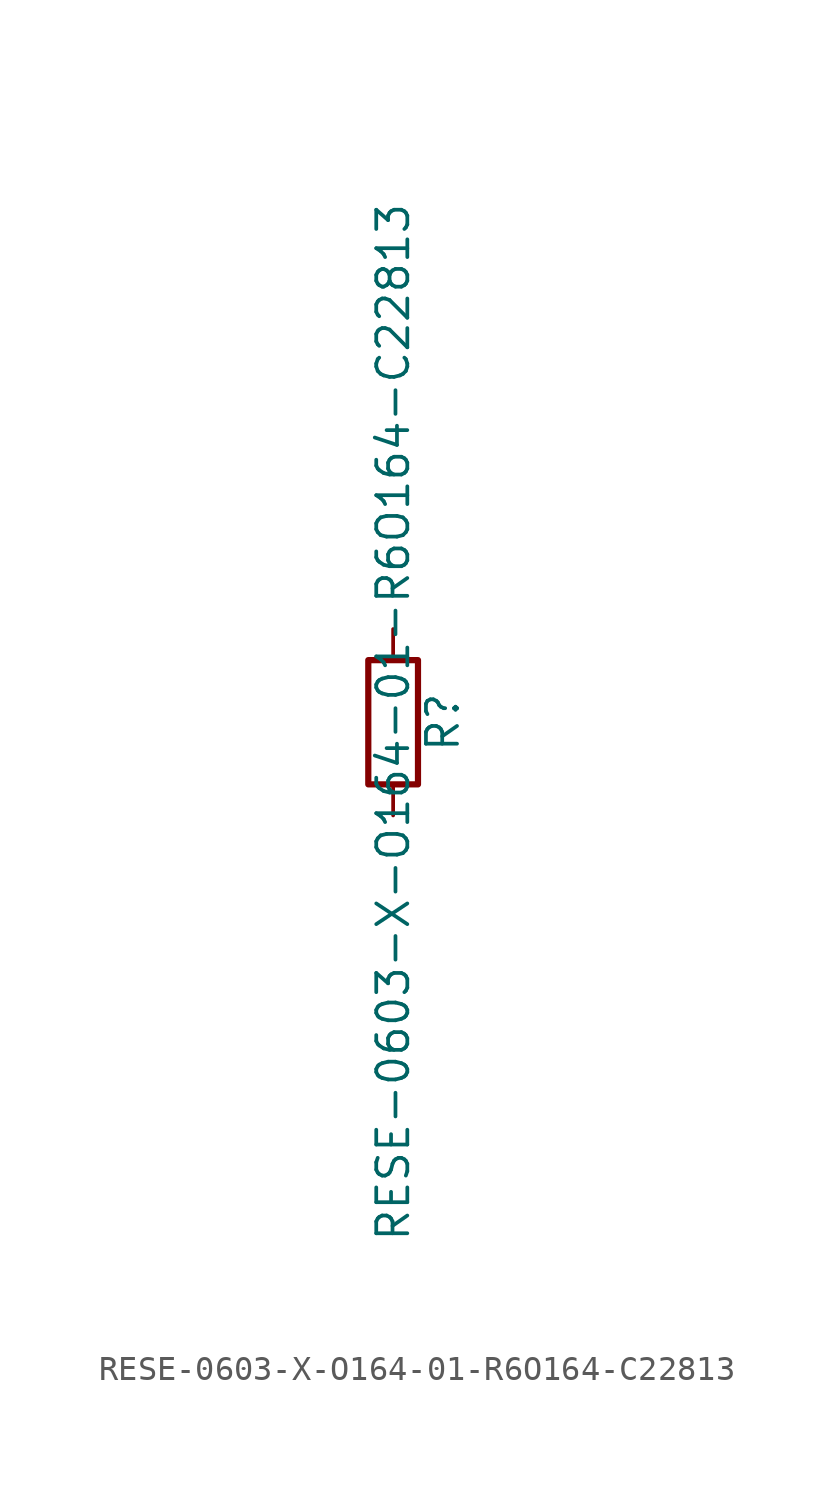
<source format=kicad_sym>
(kicad_symbol_lib
  (version 20211014)
  (generator kicad_symbol_editor)
  (symbol "RESE-0603-X-O164-01-R6O164-C22813"
    (pin_numbers hide)
    (pin_names
      (offset 0))
    (property "Reference" "R"
      (at 2.032 0 90)
      (effects (font (size 1.27 1.27))))
    (property "Value" "RESE-0603-X-O164-01-R6O164-C22813"
      (at 0 0 90)
      (effects (font (size 1.27 1.27))))
    (symbol "RESE-0603-X-O164-01-R6O164-C22813_0_1"
      (rectangle (start -1.016 -2.54) (end 1.016 2.54) (stroke (width 0.254) (type default) (color 0 0 0 0)) (fill (type none))))
    (symbol "RESE-0603-X-O164-01-R6O164-C22813_1_1"
      (pin passive line (at 0 3.81 270) (length 1.27) (name "~" (effects (font (size 1.27 1.27)))) (number "1" (effects (font (size 1.27 1.27)))))
      (pin passive line (at 0 -3.81 90) (length 1.27) (name "~" (effects (font (size 1.27 1.27)))) (number "2" (effects (font (size 1.27 1.27))))))))
</source>
